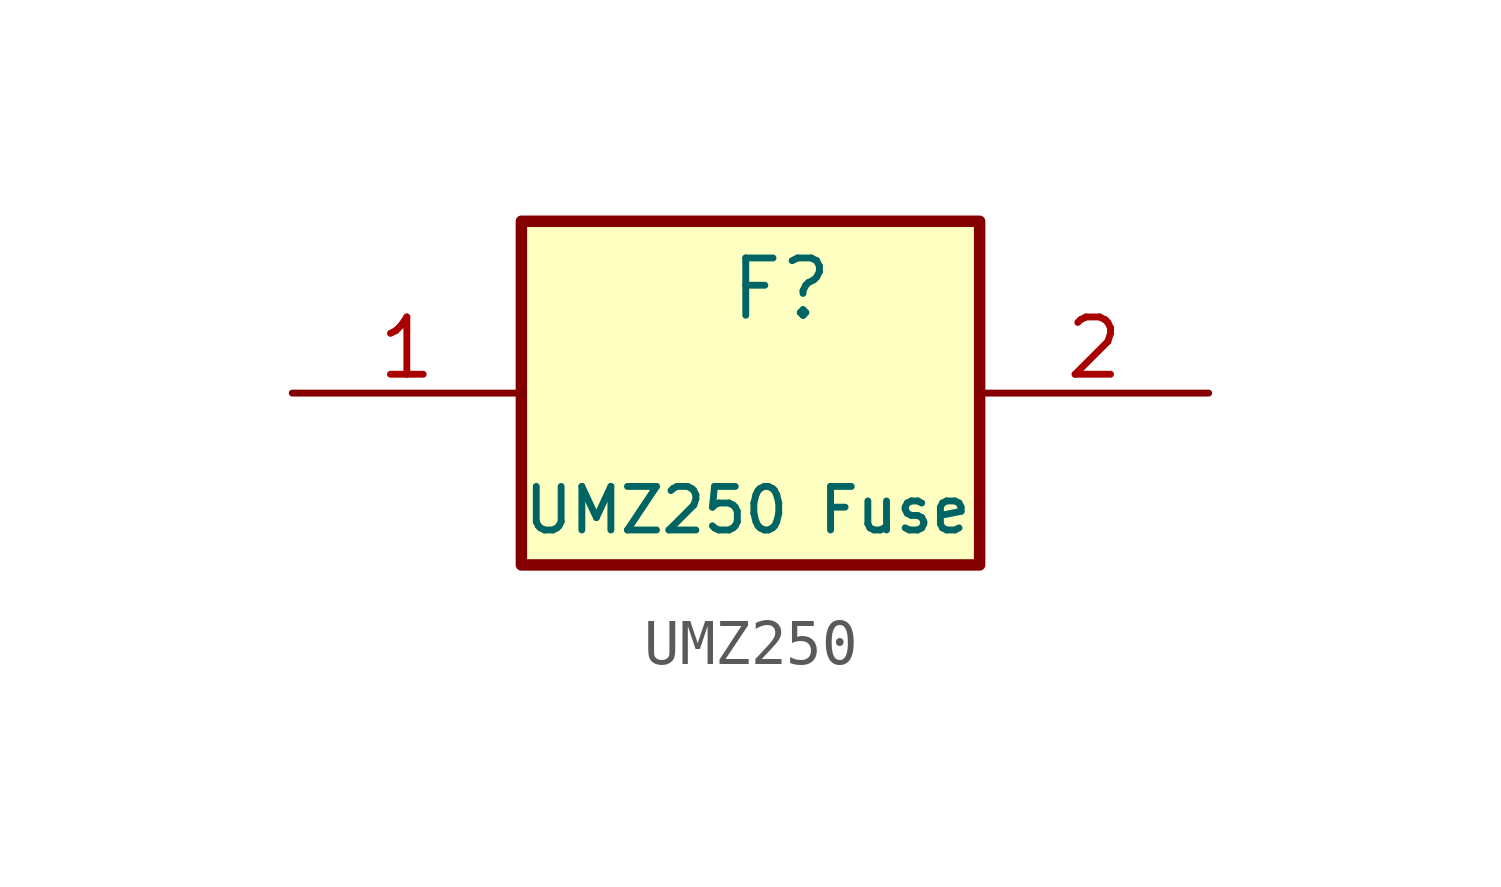
<source format=kicad_sym>
(kicad_symbol_lib
  (version 20231120)
  (generator "kicad_symbol_editor")
  (generator_version "8.0")
  (symbol "UMZ250"
    (pin_names hide)
    (property "Reference" "F"
      (at 9.652 4.318 0)
      (effects (font (size 1.27 1.27)) (justify left top)))
    (property "Value" "UMZ250 Fuse"
      (at 5.08 -0.762 0)
      (effects (font (size 0.965 0.965)) (justify left top)))
    (symbol "UMZ250_1_1"
      (rectangle (start 5.08 5.08) (end 15.24 -2.54) (stroke (width 0.254) (type default)) (fill (type background)))
      (pin passive line (at 0 1.27 0) (length 5.08) (name "pin" (effects (font (size 1.27 1.27)))) (number "1" (effects (font (size 1.27 1.27)))))
      (pin passive line (at 20.32 1.27 180) (length 5.08) (name "pin" (effects (font (size 1.27 1.27)))) (number "2" (effects (font (size 1.27 1.27))))))))
</source>
